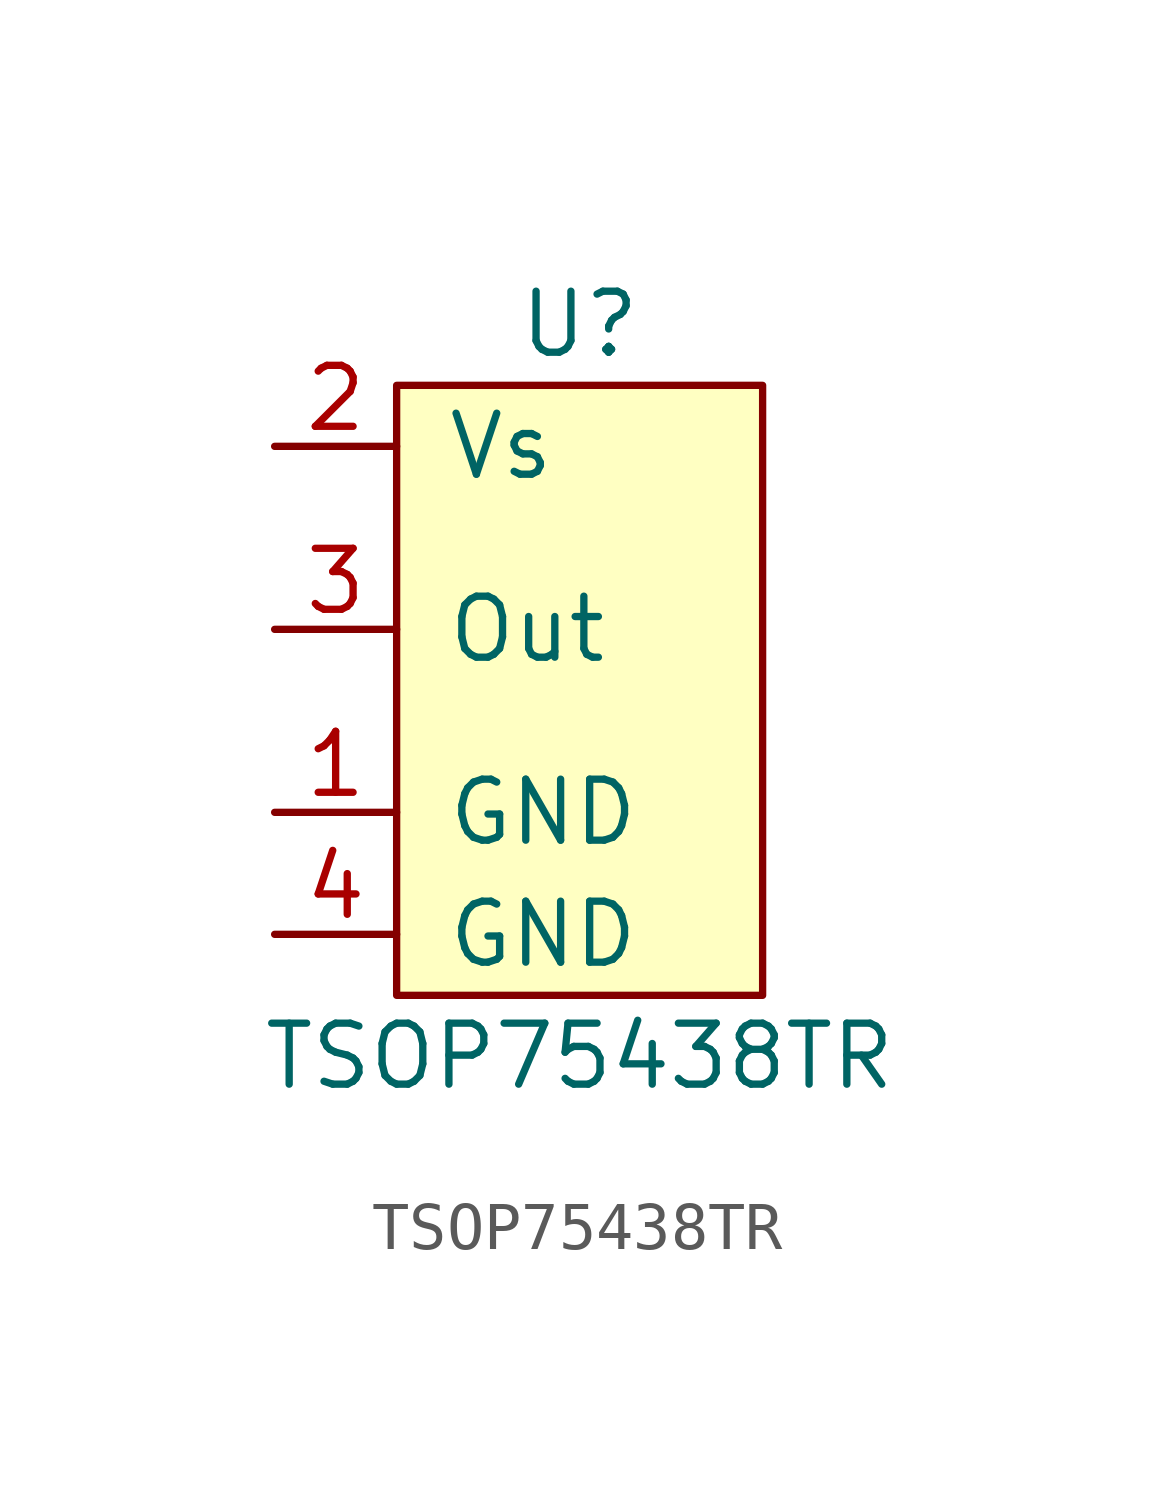
<source format=kicad_sym>
(kicad_symbol_lib
  (version 20220914)
  (generator kicad_symbol_editor)
  (symbol "TSOP75438TR"
    (pin_names
      (offset 1.016))
    (property "Reference" "U"
      (at 0 0 0)
      (effects (font (size 1.27 1.27))))
    (property "Value" "TSOP75438TR"
      (at 0 -15.24 0)
      (effects (font (size 1.27 1.27))))
    (symbol "TSOP75438TR_0_1"
      (rectangle (start -3.81 -1.27) (end 3.81 -13.97) (stroke (width 0) (type solid)) (fill (type background))))
    (symbol "TSOP75438TR_1_1"
      (pin power_in line (at -6.35 -10.16 0) (length 2.54) (name "GND" (effects (font (size 1.27 1.27)))) (number "1" (effects (font (size 1.27 1.27)))))
      (pin power_in line (at -6.35 -2.54 0) (length 2.54) (name "Vs" (effects (font (size 1.27 1.27)))) (number "2" (effects (font (size 1.27 1.27)))))
      (pin output line (at -6.35 -6.35 0) (length 2.54) (name "Out" (effects (font (size 1.27 1.27)))) (number "3" (effects (font (size 1.27 1.27)))))
      (pin power_in line (at -6.35 -12.7 0) (length 2.54) (name "GND" (effects (font (size 1.27 1.27)))) (number "4" (effects (font (size 1.27 1.27))))))))
</source>
